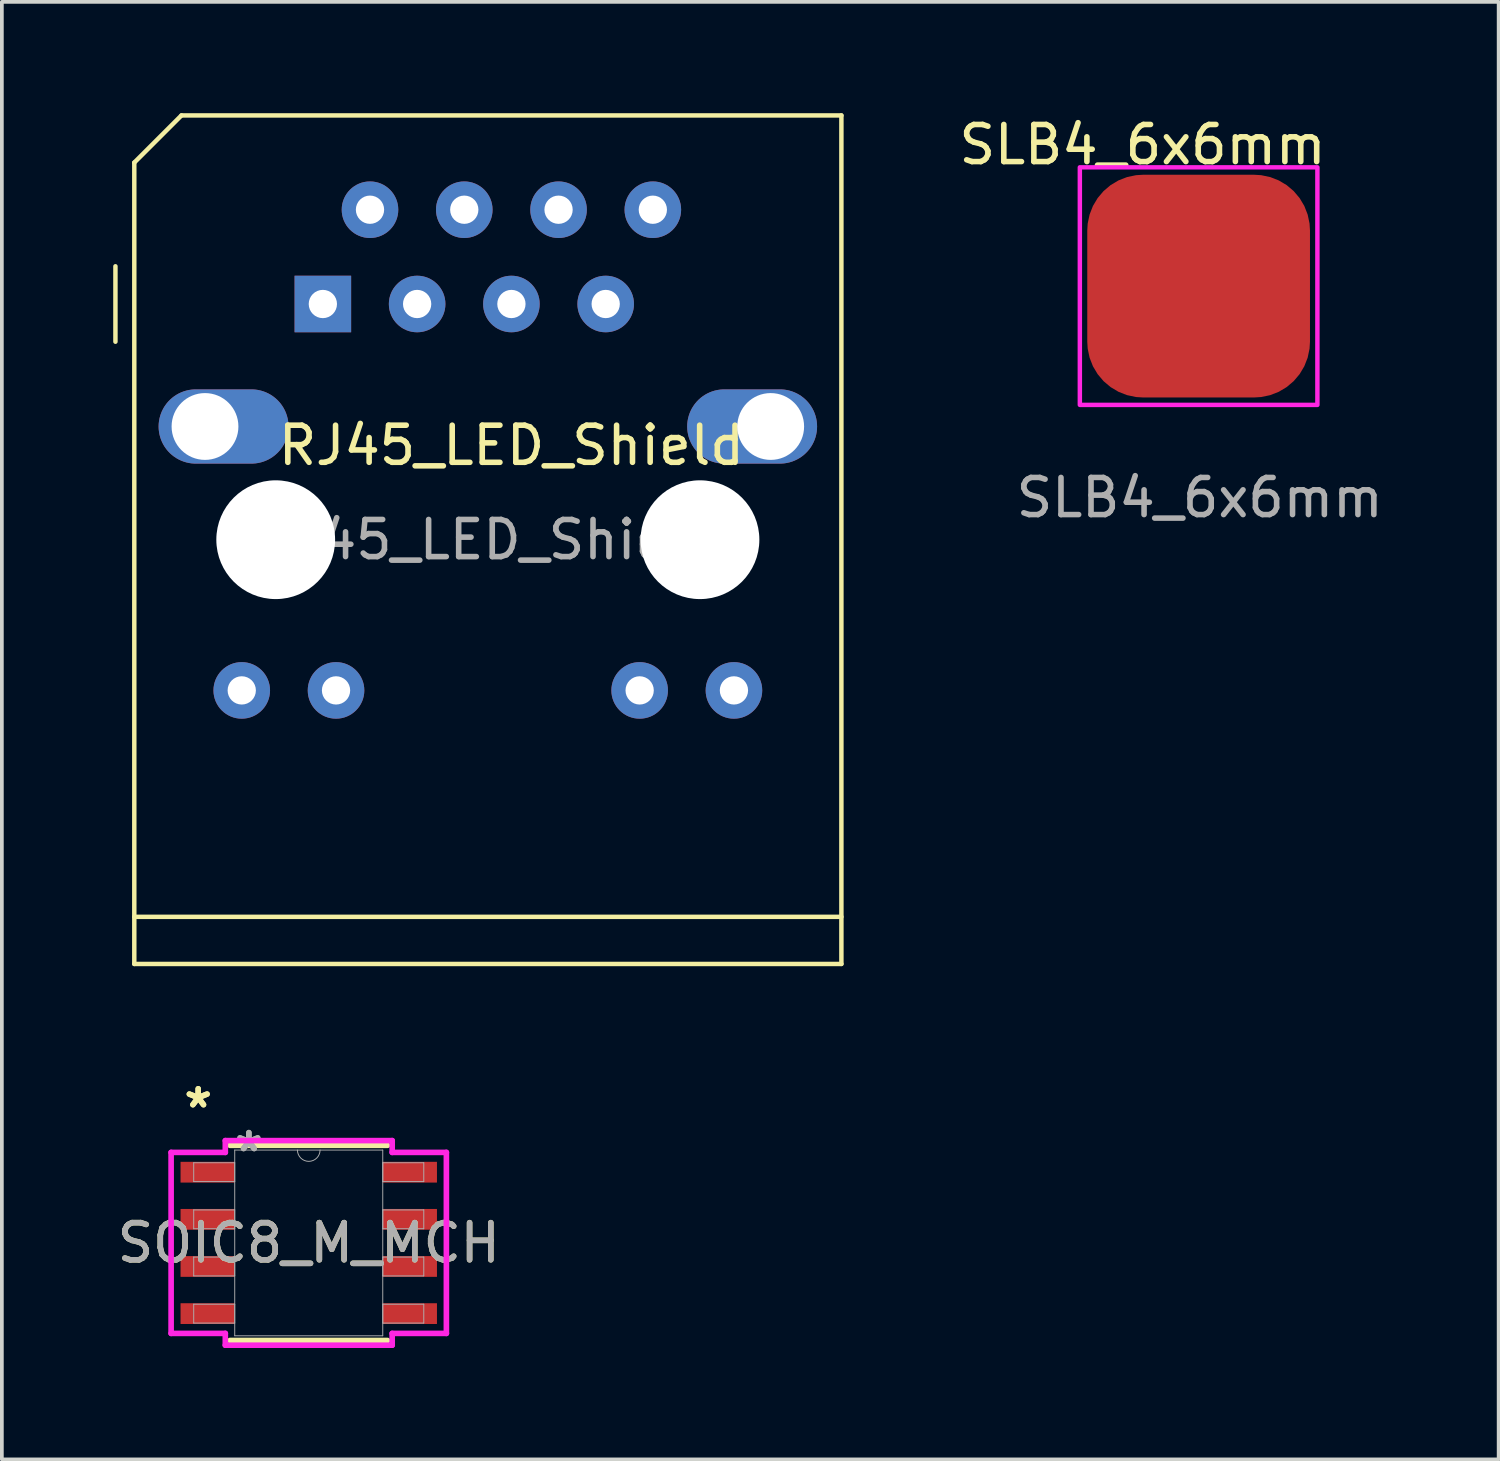
<source format=kicad_pcb>
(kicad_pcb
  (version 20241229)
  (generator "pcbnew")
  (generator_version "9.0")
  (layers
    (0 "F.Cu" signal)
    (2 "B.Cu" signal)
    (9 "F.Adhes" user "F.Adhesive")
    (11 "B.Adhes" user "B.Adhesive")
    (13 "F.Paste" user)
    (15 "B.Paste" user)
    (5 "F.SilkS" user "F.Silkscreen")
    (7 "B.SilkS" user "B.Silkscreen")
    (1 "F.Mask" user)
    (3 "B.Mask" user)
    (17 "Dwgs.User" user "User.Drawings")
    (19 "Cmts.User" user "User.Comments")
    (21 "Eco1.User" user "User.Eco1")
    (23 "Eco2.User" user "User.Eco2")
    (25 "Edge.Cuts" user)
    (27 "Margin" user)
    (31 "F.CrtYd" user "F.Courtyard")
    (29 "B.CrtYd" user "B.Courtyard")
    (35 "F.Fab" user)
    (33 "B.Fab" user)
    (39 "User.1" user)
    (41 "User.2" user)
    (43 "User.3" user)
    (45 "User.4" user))
  (footprint "RJ45_LED_Shield"
    (layer "F.Cu")
    (at 5.648 5.14)
    (property "Reference" "RJ45_LED_Shield" (at 5.08 3.81 0) (unlocked yes) (layer "F.SilkS") (effects (font (size 1 1) (thickness 0.15))))
    (attr through_hole)
    (fp_line (start -5.588 -1.016) (end -5.588 1.016) (stroke (width 0.12) (type solid)) (layer "F.SilkS"))
    (fp_line (start -5.08 -3.81) (end -5.08 17.78) (stroke (width 0.12) (type solid)) (layer "F.SilkS"))
    (fp_line (start -5.08 16.51) (end 13.97 16.51) (stroke (width 0.12) (type solid)) (layer "F.SilkS"))
    (fp_line (start -5.08 17.78) (end 13.97 17.78) (stroke (width 0.12) (type solid)) (layer "F.SilkS"))
    (fp_line (start -3.81 -5.08) (end -5.08 -3.81) (stroke (width 0.12) (type solid)) (layer "F.SilkS"))
    (fp_line (start 13.97 -5.08) (end -3.81 -5.08) (stroke (width 0.12) (type solid)) (layer "F.SilkS"))
    (fp_line (start 13.97 17.78) (end 13.97 -5.08) (stroke (width 0.12) (type solid)) (layer "F.SilkS"))
    (fp_text user "${REFERENCE}" (at 4.445 6.35 0) (unlocked yes) (layer "F.Fab") (effects (font (size 1 1) (thickness 0.15))))
    (pad "" np_thru_hole circle (at -1.27 6.35) (size 3.2 3.2) (drill 3.2) (layers "*.Cu" "*.Mask"))
    (pad "" np_thru_hole circle (at 10.16 6.35) (size 3.2 3.2) (drill 3.2) (layers "*.Cu" "*.Mask"))
    (pad "1" thru_hole rect (at 0 0) (size 1.524 1.524) (drill 0.762) (layers "*.Cu" "*.Mask"))
    (pad "2" thru_hole circle (at 1.27 -2.54) (size 1.524 1.524) (drill 0.762) (layers "*.Cu" "*.Mask"))
    (pad "3" thru_hole circle (at 2.54 0) (size 1.524 1.524) (drill 0.762) (layers "*.Cu" "*.Mask"))
    (pad "4" thru_hole circle (at 3.81 -2.54) (size 1.524 1.524) (drill 0.762) (layers "*.Cu" "*.Mask"))
    (pad "5" thru_hole circle (at 5.08 0) (size 1.524 1.524) (drill 0.762) (layers "*.Cu" "*.Mask"))
    (pad "6" thru_hole circle (at 6.35 -2.54) (size 1.524 1.524) (drill 0.762) (layers "*.Cu" "*.Mask"))
    (pad "7" thru_hole circle (at 7.62 0) (size 1.524 1.524) (drill 0.762) (layers "*.Cu" "*.Mask"))
    (pad "8" thru_hole circle (at 8.89 -2.54) (size 1.524 1.524) (drill 0.762) (layers "*.Cu" "*.Mask"))
    (pad "9" thru_hole circle (at -2.185 10.41) (size 1.524 1.524) (drill 0.762) (layers "*.Cu" "*.Mask"))
    (pad "10" thru_hole circle (at 0.355 10.41) (size 1.524 1.524) (drill 0.762) (layers "*.Cu" "*.Mask"))
    (pad "11" thru_hole circle (at 8.535 10.41) (size 1.524 1.524) (drill 0.762) (layers "*.Cu" "*.Mask"))
    (pad "12" thru_hole circle (at 11.075 10.41) (size 1.524 1.524) (drill 0.762) (layers "*.Cu" "*.Mask"))
    (pad "SH" thru_hole oval (at -3.175 3.3) (size 3.5 2) (drill 1.8 (offset 0.5 0)) (layers "*.Cu" "*.Mask"))
    (pad "SH" thru_hole oval (at 12.065 3.3 180) (size 3.5 2) (drill 1.8 (offset 0.5 0)) (layers "*.Cu" "*.Mask")))
  (footprint "SOIC8_M_MCH"
    (layer "F.Cu")
    (at 5.268 30.435)
    (property "Reference" "SOIC8_M_MCH" (at 0 0 0) (unlocked yes) (layer "F.SilkS") (effects (font (size 1 1) (thickness 0.15))))
    (attr smd)
    (fp_line (start -2.121 2.629) (end 2.121 2.629) (stroke (width 0.152) (type solid)) (layer "F.SilkS"))
    (fp_line (start 2.121 -2.629) (end -2.121 -2.629) (stroke (width 0.152) (type solid)) (layer "F.SilkS"))
    (fp_line (start -3.708 -2.438) (end -2.248 -2.438) (stroke (width 0.152) (type solid)) (layer "F.CrtYd"))
    (fp_line (start -3.708 2.438) (end -3.708 -2.438) (stroke (width 0.152) (type solid)) (layer "F.CrtYd"))
    (fp_line (start -3.708 2.438) (end -2.248 2.438) (stroke (width 0.152) (type solid)) (layer "F.CrtYd"))
    (fp_line (start -2.248 -2.756) (end 2.248 -2.756) (stroke (width 0.152) (type solid)) (layer "F.CrtYd"))
    (fp_line (start -2.248 -2.438) (end -2.248 -2.756) (stroke (width 0.152) (type solid)) (layer "F.CrtYd"))
    (fp_line (start -2.248 2.756) (end -2.248 2.438) (stroke (width 0.152) (type solid)) (layer "F.CrtYd"))
    (fp_line (start 2.248 -2.756) (end 2.248 -2.438) (stroke (width 0.152) (type solid)) (layer "F.CrtYd"))
    (fp_line (start 2.248 2.438) (end 2.248 2.756) (stroke (width 0.152) (type solid)) (layer "F.CrtYd"))
    (fp_line (start 2.248 2.756) (end -2.248 2.756) (stroke (width 0.152) (type solid)) (layer "F.CrtYd"))
    (fp_line (start 3.708 -2.438) (end 2.248 -2.438) (stroke (width 0.152) (type solid)) (layer "F.CrtYd"))
    (fp_line (start 3.708 -2.438) (end 3.708 2.438) (stroke (width 0.152) (type solid)) (layer "F.CrtYd"))
    (fp_line (start 3.708 2.438) (end 2.248 2.438) (stroke (width 0.152) (type solid)) (layer "F.CrtYd"))
    (fp_line (start -3.099 -2.159) (end -3.099 -1.651) (stroke (width 0.025) (type solid)) (layer "F.Fab"))
    (fp_line (start -3.099 -1.651) (end -1.994 -1.651) (stroke (width 0.025) (type solid)) (layer "F.Fab"))
    (fp_line (start -3.099 -0.889) (end -3.099 -0.381) (stroke (width 0.025) (type solid)) (layer "F.Fab"))
    (fp_line (start -3.099 -0.381) (end -1.994 -0.381) (stroke (width 0.025) (type solid)) (layer "F.Fab"))
    (fp_line (start -3.099 0.381) (end -3.099 0.889) (stroke (width 0.025) (type solid)) (layer "F.Fab"))
    (fp_line (start -3.099 0.889) (end -1.994 0.889) (stroke (width 0.025) (type solid)) (layer "F.Fab"))
    (fp_line (start -3.099 1.651) (end -3.099 2.159) (stroke (width 0.025) (type solid)) (layer "F.Fab"))
    (fp_line (start -3.099 2.159) (end -1.994 2.159) (stroke (width 0.025) (type solid)) (layer "F.Fab"))
    (fp_line (start -1.994 -2.502) (end -1.994 2.502) (stroke (width 0.025) (type solid)) (layer "F.Fab"))
    (fp_line (start -1.994 -2.159) (end -3.099 -2.159) (stroke (width 0.025) (type solid)) (layer "F.Fab"))
    (fp_line (start -1.994 -1.651) (end -1.994 -2.159) (stroke (width 0.025) (type solid)) (layer "F.Fab"))
    (fp_line (start -1.994 -0.889) (end -3.099 -0.889) (stroke (width 0.025) (type solid)) (layer "F.Fab"))
    (fp_line (start -1.994 -0.381) (end -1.994 -0.889) (stroke (width 0.025) (type solid)) (layer "F.Fab"))
    (fp_line (start -1.994 0.381) (end -3.099 0.381) (stroke (width 0.025) (type solid)) (layer "F.Fab"))
    (fp_line (start -1.994 0.889) (end -1.994 0.381) (stroke (width 0.025) (type solid)) (layer "F.Fab"))
    (fp_line (start -1.994 1.651) (end -3.099 1.651) (stroke (width 0.025) (type solid)) (layer "F.Fab"))
    (fp_line (start -1.994 2.159) (end -1.994 1.651) (stroke (width 0.025) (type solid)) (layer "F.Fab"))
    (fp_line (start -1.994 2.502) (end 1.994 2.502) (stroke (width 0.025) (type solid)) (layer "F.Fab"))
    (fp_line (start 1.994 -2.502) (end -1.994 -2.502) (stroke (width 0.025) (type solid)) (layer "F.Fab"))
    (fp_line (start 1.994 -2.159) (end 1.994 -1.651) (stroke (width 0.025) (type solid)) (layer "F.Fab"))
    (fp_line (start 1.994 -1.651) (end 3.099 -1.651) (stroke (width 0.025) (type solid)) (layer "F.Fab"))
    (fp_line (start 1.994 -0.889) (end 1.994 -0.381) (stroke (width 0.025) (type solid)) (layer "F.Fab"))
    (fp_line (start 1.994 -0.381) (end 3.099 -0.381) (stroke (width 0.025) (type solid)) (layer "F.Fab"))
    (fp_line (start 1.994 0.381) (end 1.994 0.889) (stroke (width 0.025) (type solid)) (layer "F.Fab"))
    (fp_line (start 1.994 0.889) (end 3.099 0.889) (stroke (width 0.025) (type solid)) (layer "F.Fab"))
    (fp_line (start 1.994 1.651) (end 1.994 2.159) (stroke (width 0.025) (type solid)) (layer "F.Fab"))
    (fp_line (start 1.994 2.159) (end 3.099 2.159) (stroke (width 0.025) (type solid)) (layer "F.Fab"))
    (fp_line (start 1.994 2.502) (end 1.994 -2.502) (stroke (width 0.025) (type solid)) (layer "F.Fab"))
    (fp_line (start 3.099 -2.159) (end 1.994 -2.159) (stroke (width 0.025) (type solid)) (layer "F.Fab"))
    (fp_line (start 3.099 -1.651) (end 3.099 -2.159) (stroke (width 0.025) (type solid)) (layer "F.Fab"))
    (fp_line (start 3.099 -0.889) (end 1.994 -0.889) (stroke (width 0.025) (type solid)) (layer "F.Fab"))
    (fp_line (start 3.099 -0.381) (end 3.099 -0.889) (stroke (width 0.025) (type solid)) (layer "F.Fab"))
    (fp_line (start 3.099 0.381) (end 1.994 0.381) (stroke (width 0.025) (type solid)) (layer "F.Fab"))
    (fp_line (start 3.099 0.889) (end 3.099 0.381) (stroke (width 0.025) (type solid)) (layer "F.Fab"))
    (fp_line (start 3.099 1.651) (end 1.994 1.651) (stroke (width 0.025) (type solid)) (layer "F.Fab"))
    (fp_line (start 3.099 2.159) (end 3.099 1.651) (stroke (width 0.025) (type solid)) (layer "F.Fab"))
    (fp_arc (start 0.3048 -2.5019) (mid 0 -2.1971) (end -0.3048 -2.5019) (stroke (width 0.0254) (type solid)) (layer "F.Fab"))
    (fp_text user "*" (at -2.978 -3.607 0) (unlocked yes) (layer "F.SilkS") (effects (font (size 1 1) (thickness 0.15))))
    (fp_text user "*" (at -2.978 -3.607 0) (layer "F.SilkS") (effects (font (size 1 1) (thickness 0.15))))
    (fp_text user "*" (at -1.613 -2.426 0) (unlocked yes) (layer "F.Fab") (effects (font (size 1 1) (thickness 0.15))))
    (fp_text user "${REFERENCE}" (at 0 0 0) (unlocked yes) (layer "F.Fab") (effects (font (size 1 1) (thickness 0.15))))
    (fp_text user "*" (at -1.613 -2.426 0) (layer "F.Fab") (effects (font (size 1 1) (thickness 0.15))))
    (pad "1" smd rect (at -2.724 -1.905) (size 1.46 0.559) (layers "F.Cu" "F.Mask" "F.Paste"))
    (pad "2" smd rect (at -2.724 -0.635) (size 1.46 0.559) (layers "F.Cu" "F.Mask" "F.Paste"))
    (pad "3" smd rect (at -2.724 0.635) (size 1.46 0.559) (layers "F.Cu" "F.Mask" "F.Paste"))
    (pad "4" smd rect (at -2.724 1.905) (size 1.46 0.559) (layers "F.Cu" "F.Mask" "F.Paste"))
    (pad "5" smd rect (at 2.724 1.905) (size 1.46 0.559) (layers "F.Cu" "F.Mask" "F.Paste"))
    (pad "6" smd rect (at 2.724 0.635) (size 1.46 0.559) (layers "F.Cu" "F.Mask" "F.Paste"))
    (pad "7" smd rect (at 2.724 -0.635) (size 1.46 0.559) (layers "F.Cu" "F.Mask" "F.Paste"))
    (pad "8" smd rect (at 2.724 -1.905) (size 1.46 0.559) (layers "F.Cu" "F.Mask" "F.Paste")))
  (footprint "SLB4_6x6mm"
    (layer "F.Cu")
    (at 29.242 4.658)
    (property "Reference" "SLB4_6x6mm" (at -1.51 -3.81 0) (unlocked yes) (layer "F.SilkS") (effects (font (size 1 1) (thickness 0.15))))
    (attr smd)
    (fp_rect (start -3.2 -3.2) (end 3.2 3.2) (stroke (width 0.12) (type default)) (fill no) (layer "F.CrtYd"))
    (fp_text user "${REFERENCE}" (at 0.03 5.7 0) (unlocked yes) (layer "F.Fab") (effects (font (size 1 1) (thickness 0.15))))
    (pad "1" smd roundrect (at 0 0) (size 6 6) (layers "F.Cu" "F.Mask" "F.Paste") (roundrect_rratio 0.25)))
  (gr_rect
    (start -3 -3)
    (end 37.325 36.267)
    (stroke (width 0.1) (type default))
    (fill no)
    (layer "Edge.Cuts")))
</source>
